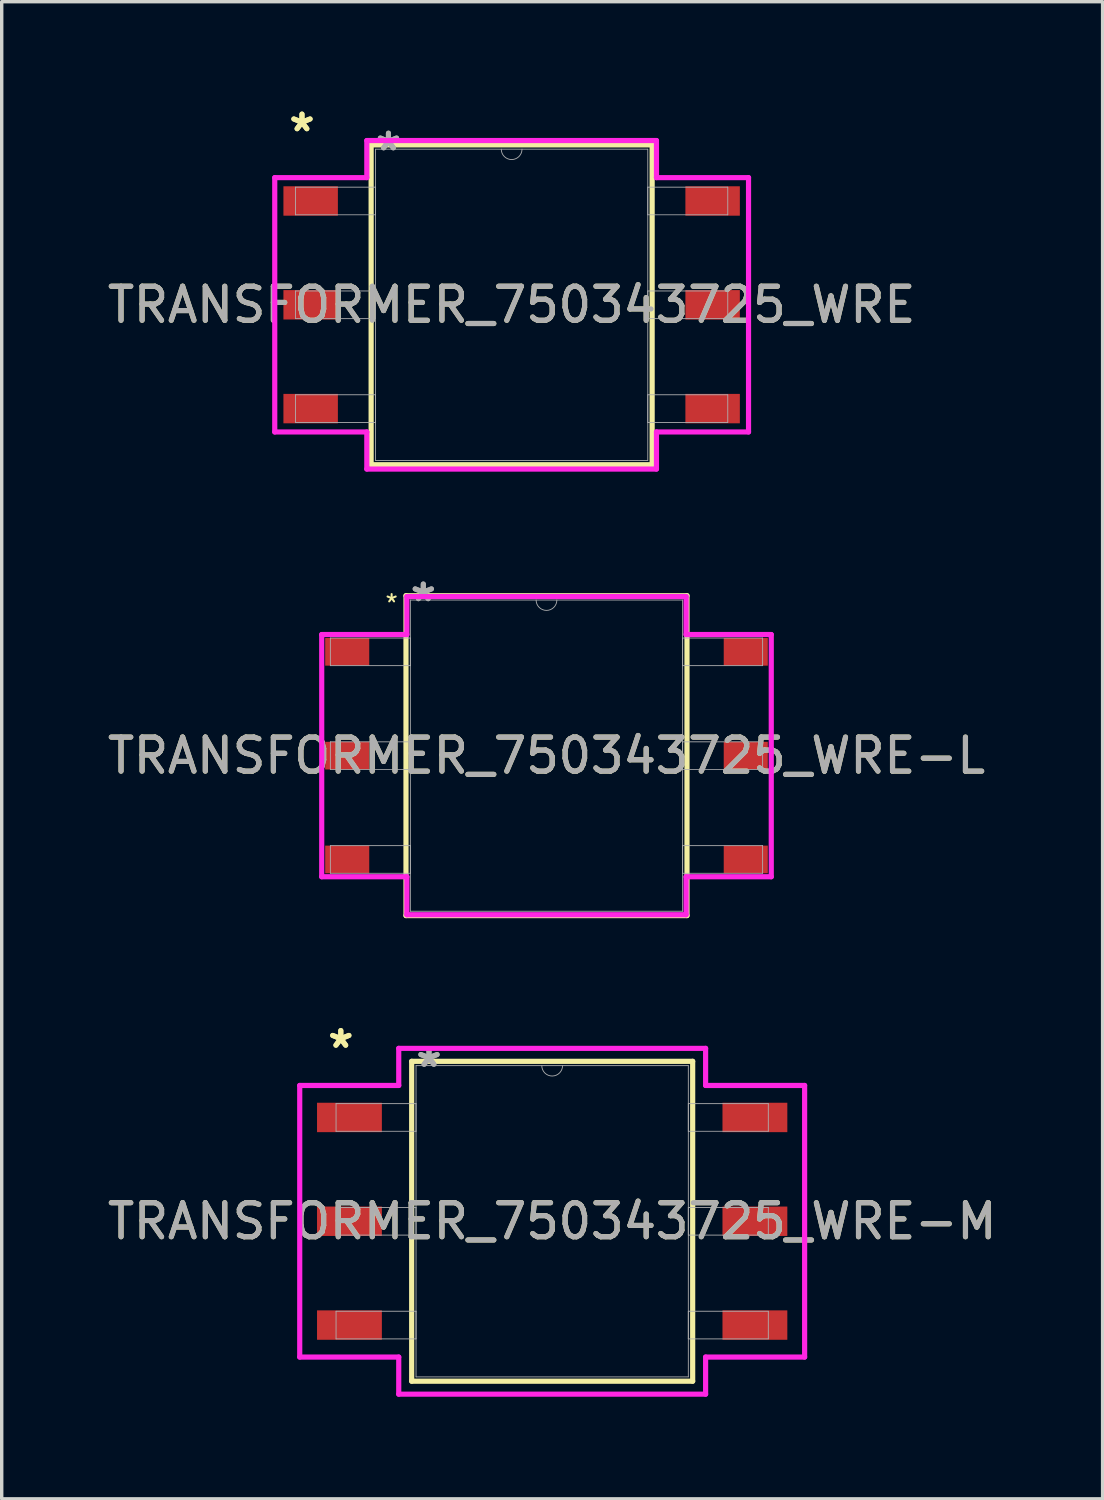
<source format=kicad_pcb>
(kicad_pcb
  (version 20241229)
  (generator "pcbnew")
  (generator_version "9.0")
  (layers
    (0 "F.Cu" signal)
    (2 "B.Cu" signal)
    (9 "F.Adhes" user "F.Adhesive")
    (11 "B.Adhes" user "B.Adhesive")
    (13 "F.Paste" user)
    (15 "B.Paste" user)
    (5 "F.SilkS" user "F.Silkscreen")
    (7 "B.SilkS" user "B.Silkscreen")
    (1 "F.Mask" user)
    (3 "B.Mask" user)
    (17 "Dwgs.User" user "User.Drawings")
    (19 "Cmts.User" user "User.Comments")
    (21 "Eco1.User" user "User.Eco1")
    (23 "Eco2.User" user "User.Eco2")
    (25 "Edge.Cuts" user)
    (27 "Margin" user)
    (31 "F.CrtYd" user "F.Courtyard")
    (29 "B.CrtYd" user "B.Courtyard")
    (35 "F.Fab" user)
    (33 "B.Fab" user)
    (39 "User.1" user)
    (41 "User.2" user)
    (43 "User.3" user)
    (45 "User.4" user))
  (footprint "TRANSFORMER_750343725_WRE"
    (layer "F.Cu")
    (at 11.982 5.905)
    (property "Reference" "TRANSFORMER_750343725_WRE" (at 0 0 0) (unlocked yes) (layer "F.SilkS") (effects (font (size 1 1) (thickness 0.15))))
    (attr smd)
    (fp_line (start -4.128 -4.699) (end -4.128 4.699) (stroke (width 0.152) (type solid)) (layer "F.SilkS"))
    (fp_line (start -4.128 4.699) (end 4.128 4.699) (stroke (width 0.152) (type solid)) (layer "F.SilkS"))
    (fp_line (start 4.128 -4.699) (end -4.128 -4.699) (stroke (width 0.152) (type solid)) (layer "F.SilkS"))
    (fp_line (start 4.128 4.699) (end 4.128 -4.699) (stroke (width 0.152) (type solid)) (layer "F.SilkS"))
    (fp_line (start -6.96 -3.736) (end -4.255 -3.736) (stroke (width 0.152) (type solid)) (layer "F.CrtYd"))
    (fp_line (start -6.96 3.736) (end -6.96 -3.736) (stroke (width 0.152) (type solid)) (layer "F.CrtYd"))
    (fp_line (start -6.96 3.736) (end -4.255 3.736) (stroke (width 0.152) (type solid)) (layer "F.CrtYd"))
    (fp_line (start -4.255 -4.826) (end 4.255 -4.826) (stroke (width 0.152) (type solid)) (layer "F.CrtYd"))
    (fp_line (start -4.255 -3.736) (end -4.255 -4.826) (stroke (width 0.152) (type solid)) (layer "F.CrtYd"))
    (fp_line (start -4.255 4.826) (end -4.255 3.736) (stroke (width 0.152) (type solid)) (layer "F.CrtYd"))
    (fp_line (start 4.255 -4.826) (end 4.255 -3.736) (stroke (width 0.152) (type solid)) (layer "F.CrtYd"))
    (fp_line (start 4.255 3.736) (end 4.255 4.826) (stroke (width 0.152) (type solid)) (layer "F.CrtYd"))
    (fp_line (start 4.255 4.826) (end -4.255 4.826) (stroke (width 0.152) (type solid)) (layer "F.CrtYd"))
    (fp_line (start 6.96 -3.736) (end 4.255 -3.736) (stroke (width 0.152) (type solid)) (layer "F.CrtYd"))
    (fp_line (start 6.96 -3.736) (end 6.96 3.736) (stroke (width 0.152) (type solid)) (layer "F.CrtYd"))
    (fp_line (start 6.96 3.736) (end 4.255 3.736) (stroke (width 0.152) (type solid)) (layer "F.CrtYd"))
    (fp_line (start -6.35 -3.456) (end -6.35 -2.644) (stroke (width 0.025) (type solid)) (layer "F.Fab"))
    (fp_line (start -6.35 -2.644) (end -4 -2.644) (stroke (width 0.025) (type solid)) (layer "F.Fab"))
    (fp_line (start -6.35 -0.406) (end -6.35 0.406) (stroke (width 0.025) (type solid)) (layer "F.Fab"))
    (fp_line (start -6.35 0.406) (end -4 0.406) (stroke (width 0.025) (type solid)) (layer "F.Fab"))
    (fp_line (start -6.35 2.644) (end -6.35 3.456) (stroke (width 0.025) (type solid)) (layer "F.Fab"))
    (fp_line (start -6.35 3.456) (end -4 3.456) (stroke (width 0.025) (type solid)) (layer "F.Fab"))
    (fp_line (start -4 -4.572) (end -4 4.572) (stroke (width 0.025) (type solid)) (layer "F.Fab"))
    (fp_line (start -4 -3.456) (end -6.35 -3.456) (stroke (width 0.025) (type solid)) (layer "F.Fab"))
    (fp_line (start -4 -2.644) (end -4 -3.456) (stroke (width 0.025) (type solid)) (layer "F.Fab"))
    (fp_line (start -4 -0.406) (end -6.35 -0.406) (stroke (width 0.025) (type solid)) (layer "F.Fab"))
    (fp_line (start -4 0.406) (end -4 -0.406) (stroke (width 0.025) (type solid)) (layer "F.Fab"))
    (fp_line (start -4 2.644) (end -6.35 2.644) (stroke (width 0.025) (type solid)) (layer "F.Fab"))
    (fp_line (start -4 3.456) (end -4 2.644) (stroke (width 0.025) (type solid)) (layer "F.Fab"))
    (fp_line (start -4 4.572) (end 4 4.572) (stroke (width 0.025) (type solid)) (layer "F.Fab"))
    (fp_line (start 4 -4.572) (end -4 -4.572) (stroke (width 0.025) (type solid)) (layer "F.Fab"))
    (fp_line (start 4 -3.456) (end 4 -2.644) (stroke (width 0.025) (type solid)) (layer "F.Fab"))
    (fp_line (start 4 -2.644) (end 6.35 -2.644) (stroke (width 0.025) (type solid)) (layer "F.Fab"))
    (fp_line (start 4 -0.406) (end 4 0.406) (stroke (width 0.025) (type solid)) (layer "F.Fab"))
    (fp_line (start 4 0.406) (end 6.35 0.406) (stroke (width 0.025) (type solid)) (layer "F.Fab"))
    (fp_line (start 4 2.644) (end 4 3.456) (stroke (width 0.025) (type solid)) (layer "F.Fab"))
    (fp_line (start 4 3.456) (end 6.35 3.456) (stroke (width 0.025) (type solid)) (layer "F.Fab"))
    (fp_line (start 4 4.572) (end 4 -4.572) (stroke (width 0.025) (type solid)) (layer "F.Fab"))
    (fp_line (start 6.35 -3.456) (end 4 -3.456) (stroke (width 0.025) (type solid)) (layer "F.Fab"))
    (fp_line (start 6.35 -2.644) (end 6.35 -3.456) (stroke (width 0.025) (type solid)) (layer "F.Fab"))
    (fp_line (start 6.35 -0.406) (end 4 -0.406) (stroke (width 0.025) (type solid)) (layer "F.Fab"))
    (fp_line (start 6.35 0.406) (end 6.35 -0.406) (stroke (width 0.025) (type solid)) (layer "F.Fab"))
    (fp_line (start 6.35 2.644) (end 4 2.644) (stroke (width 0.025) (type solid)) (layer "F.Fab"))
    (fp_line (start 6.35 3.456) (end 6.35 2.644) (stroke (width 0.025) (type solid)) (layer "F.Fab"))
    (fp_arc (start 0.3048 -4.572) (mid 0 -4.2672) (end -0.3048 -4.572) (stroke (width 0.0254) (type solid)) (layer "F.Fab"))
    (fp_text user "*" (at -6.16 -5.057 0) (layer "F.SilkS") (effects (font (size 1 1) (thickness 0.15))))
    (fp_text user "*" (at -6.16 -5.057 0) (unlocked yes) (layer "F.SilkS") (effects (font (size 1 1) (thickness 0.15))))
    (fp_text user "*" (at -3.619 -4.496 0) (unlocked yes) (layer "F.Fab") (effects (font (size 1 1) (thickness 0.15))))
    (fp_text user "*" (at -3.619 -4.496 0) (layer "F.Fab") (effects (font (size 1 1) (thickness 0.15))))
    (fp_text user "${REFERENCE}" (at 0 0 0) (unlocked yes) (layer "F.Fab") (effects (font (size 1 1) (thickness 0.15))))
    (pad "1" smd rect (at -5.905 -3.05) (size 1.6 0.864) (layers "F.Cu" "F.Mask" "F.Paste"))
    (pad "2" smd rect (at -5.905 0) (size 1.6 0.864) (layers "F.Cu" "F.Mask" "F.Paste"))
    (pad "3" smd rect (at -5.905 3.05) (size 1.6 0.864) (layers "F.Cu" "F.Mask" "F.Paste"))
    (pad "4" smd rect (at 5.905 3.05) (size 1.6 0.864) (layers "F.Cu" "F.Mask" "F.Paste"))
    (pad "5" smd rect (at 5.905 0) (size 1.6 0.864) (layers "F.Cu" "F.Mask" "F.Paste"))
    (pad "6" smd rect (at 5.905 -3.05) (size 1.6 0.864) (layers "F.Cu" "F.Mask" "F.Paste")))
  (footprint "TRANSFORMER_750343725_WRE-L"
    (layer "F.Cu")
    (at 13.006 19.151)
    (property "Reference" "TRANSFORMER_750343725_WRE-L" (at 0 0 0) (unlocked yes) (layer "F.SilkS") (effects (font (size 1 1) (thickness 0.15))))
    (attr smd)
    (fp_line (start -4.128 -4.699) (end -4.128 4.699) (stroke (width 0.152) (type solid)) (layer "F.SilkS"))
    (fp_line (start -4.128 4.699) (end 4.128 4.699) (stroke (width 0.152) (type solid)) (layer "F.SilkS"))
    (fp_line (start 4.128 -4.699) (end -4.128 -4.699) (stroke (width 0.152) (type solid)) (layer "F.SilkS"))
    (fp_line (start 4.128 4.699) (end 4.128 -4.699) (stroke (width 0.152) (type solid)) (layer "F.SilkS"))
    (fp_line (start -6.604 -3.558) (end -4.102 -3.558) (stroke (width 0.152) (type solid)) (layer "F.CrtYd"))
    (fp_line (start -6.604 3.558) (end -6.604 -3.558) (stroke (width 0.152) (type solid)) (layer "F.CrtYd"))
    (fp_line (start -6.604 3.558) (end -4.102 3.558) (stroke (width 0.152) (type solid)) (layer "F.CrtYd"))
    (fp_line (start -4.102 -4.674) (end 4.102 -4.674) (stroke (width 0.152) (type solid)) (layer "F.CrtYd"))
    (fp_line (start -4.102 -3.558) (end -4.102 -4.674) (stroke (width 0.152) (type solid)) (layer "F.CrtYd"))
    (fp_line (start -4.102 4.674) (end -4.102 3.558) (stroke (width 0.152) (type solid)) (layer "F.CrtYd"))
    (fp_line (start 4.102 -4.674) (end 4.102 -3.558) (stroke (width 0.152) (type solid)) (layer "F.CrtYd"))
    (fp_line (start 4.102 3.558) (end 4.102 4.674) (stroke (width 0.152) (type solid)) (layer "F.CrtYd"))
    (fp_line (start 4.102 4.674) (end -4.102 4.674) (stroke (width 0.152) (type solid)) (layer "F.CrtYd"))
    (fp_line (start 6.604 -3.558) (end 4.102 -3.558) (stroke (width 0.152) (type solid)) (layer "F.CrtYd"))
    (fp_line (start 6.604 -3.558) (end 6.604 3.558) (stroke (width 0.152) (type solid)) (layer "F.CrtYd"))
    (fp_line (start 6.604 3.558) (end 4.102 3.558) (stroke (width 0.152) (type solid)) (layer "F.CrtYd"))
    (fp_line (start -6.35 -3.456) (end -6.35 -2.644) (stroke (width 0.025) (type solid)) (layer "F.Fab"))
    (fp_line (start -6.35 -2.644) (end -4 -2.644) (stroke (width 0.025) (type solid)) (layer "F.Fab"))
    (fp_line (start -6.35 -0.406) (end -6.35 0.406) (stroke (width 0.025) (type solid)) (layer "F.Fab"))
    (fp_line (start -6.35 0.406) (end -4 0.406) (stroke (width 0.025) (type solid)) (layer "F.Fab"))
    (fp_line (start -6.35 2.644) (end -6.35 3.456) (stroke (width 0.025) (type solid)) (layer "F.Fab"))
    (fp_line (start -6.35 3.456) (end -4 3.456) (stroke (width 0.025) (type solid)) (layer "F.Fab"))
    (fp_line (start -4 -4.572) (end -4 4.572) (stroke (width 0.025) (type solid)) (layer "F.Fab"))
    (fp_line (start -4 -3.456) (end -6.35 -3.456) (stroke (width 0.025) (type solid)) (layer "F.Fab"))
    (fp_line (start -4 -2.644) (end -4 -3.456) (stroke (width 0.025) (type solid)) (layer "F.Fab"))
    (fp_line (start -4 -0.406) (end -6.35 -0.406) (stroke (width 0.025) (type solid)) (layer "F.Fab"))
    (fp_line (start -4 0.406) (end -4 -0.406) (stroke (width 0.025) (type solid)) (layer "F.Fab"))
    (fp_line (start -4 2.644) (end -6.35 2.644) (stroke (width 0.025) (type solid)) (layer "F.Fab"))
    (fp_line (start -4 3.456) (end -4 2.644) (stroke (width 0.025) (type solid)) (layer "F.Fab"))
    (fp_line (start -4 4.572) (end 4 4.572) (stroke (width 0.025) (type solid)) (layer "F.Fab"))
    (fp_line (start 4 -4.572) (end -4 -4.572) (stroke (width 0.025) (type solid)) (layer "F.Fab"))
    (fp_line (start 4 -3.456) (end 4 -2.644) (stroke (width 0.025) (type solid)) (layer "F.Fab"))
    (fp_line (start 4 -2.644) (end 6.35 -2.644) (stroke (width 0.025) (type solid)) (layer "F.Fab"))
    (fp_line (start 4 -0.406) (end 4 0.406) (stroke (width 0.025) (type solid)) (layer "F.Fab"))
    (fp_line (start 4 0.406) (end 6.35 0.406) (stroke (width 0.025) (type solid)) (layer "F.Fab"))
    (fp_line (start 4 2.644) (end 4 3.456) (stroke (width 0.025) (type solid)) (layer "F.Fab"))
    (fp_line (start 4 3.456) (end 6.35 3.456) (stroke (width 0.025) (type solid)) (layer "F.Fab"))
    (fp_line (start 4 4.572) (end 4 -4.572) (stroke (width 0.025) (type solid)) (layer "F.Fab"))
    (fp_line (start 6.35 -3.456) (end 4 -3.456) (stroke (width 0.025) (type solid)) (layer "F.Fab"))
    (fp_line (start 6.35 -2.644) (end 6.35 -3.456) (stroke (width 0.025) (type solid)) (layer "F.Fab"))
    (fp_line (start 6.35 -0.406) (end 4 -0.406) (stroke (width 0.025) (type solid)) (layer "F.Fab"))
    (fp_line (start 6.35 0.406) (end 6.35 -0.406) (stroke (width 0.025) (type solid)) (layer "F.Fab"))
    (fp_line (start 6.35 2.644) (end 4 2.644) (stroke (width 0.025) (type solid)) (layer "F.Fab"))
    (fp_line (start 6.35 3.456) (end 6.35 2.644) (stroke (width 0.025) (type solid)) (layer "F.Fab"))
    (fp_arc (start 0.3048 -4.572) (mid 0 -4.2672) (end -0.3048 -4.572) (stroke (width 0.0254) (type solid)) (layer "F.Fab"))
    (fp_text user "*" (at -4.55 -4.475 0) (layer "F.SilkS") (effects (font (size 0.5 0.5) (thickness 0.06))))
    (fp_text user "${REFERENCE}" (at 0 0 0) (unlocked yes) (layer "F.Fab") (effects (font (size 1 1) (thickness 0.15))))
    (fp_text user "*" (at -3.619 -4.496 0) (layer "F.Fab") (effects (font (size 1 1) (thickness 0.15))))
    (fp_text user "*" (at -3.619 -4.496 0) (unlocked yes) (layer "F.Fab") (effects (font (size 1 1) (thickness 0.15))))
    (pad "1" smd rect (at -5.855 -3.05) (size 1.295 0.813) (layers "F.Cu" "F.Mask" "F.Paste"))
    (pad "2" smd rect (at -5.855 0) (size 1.295 0.813) (layers "F.Cu" "F.Mask" "F.Paste"))
    (pad "3" smd rect (at -5.855 3.05) (size 1.295 0.813) (layers "F.Cu" "F.Mask" "F.Paste"))
    (pad "4" smd rect (at 5.855 3.05) (size 1.295 0.813) (layers "F.Cu" "F.Mask" "F.Paste"))
    (pad "5" smd rect (at 5.855 0) (size 1.295 0.813) (layers "F.Cu" "F.Mask" "F.Paste"))
    (pad "6" smd rect (at 5.855 -3.05) (size 1.295 0.813) (layers "F.Cu" "F.Mask" "F.Paste")))
  (footprint "TRANSFORMER_750343725_WRE-M"
    (layer "F.Cu")
    (at 13.173 32.831)
    (property "Reference" "TRANSFORMER_750343725_WRE-M" (at 0 0 0) (unlocked yes) (layer "F.SilkS") (effects (font (size 1 1) (thickness 0.15))))
    (attr smd)
    (fp_line (start -4.128 -4.699) (end -4.128 4.699) (stroke (width 0.152) (type solid)) (layer "F.SilkS"))
    (fp_line (start -4.128 4.699) (end 4.128 4.699) (stroke (width 0.152) (type solid)) (layer "F.SilkS"))
    (fp_line (start 4.128 -4.699) (end -4.128 -4.699) (stroke (width 0.152) (type solid)) (layer "F.SilkS"))
    (fp_line (start 4.128 4.699) (end 4.128 -4.699) (stroke (width 0.152) (type solid)) (layer "F.SilkS"))
    (fp_line (start -7.417 -3.99) (end -4.508 -3.99) (stroke (width 0.152) (type solid)) (layer "F.CrtYd"))
    (fp_line (start -7.417 3.99) (end -7.417 -3.99) (stroke (width 0.152) (type solid)) (layer "F.CrtYd"))
    (fp_line (start -7.417 3.99) (end -4.508 3.99) (stroke (width 0.152) (type solid)) (layer "F.CrtYd"))
    (fp_line (start -4.508 -5.08) (end 4.508 -5.08) (stroke (width 0.152) (type solid)) (layer "F.CrtYd"))
    (fp_line (start -4.508 -3.99) (end -4.508 -5.08) (stroke (width 0.152) (type solid)) (layer "F.CrtYd"))
    (fp_line (start -4.508 5.08) (end -4.508 3.99) (stroke (width 0.152) (type solid)) (layer "F.CrtYd"))
    (fp_line (start 4.508 -5.08) (end 4.508 -3.99) (stroke (width 0.152) (type solid)) (layer "F.CrtYd"))
    (fp_line (start 4.508 3.99) (end 4.508 5.08) (stroke (width 0.152) (type solid)) (layer "F.CrtYd"))
    (fp_line (start 4.508 5.08) (end -4.508 5.08) (stroke (width 0.152) (type solid)) (layer "F.CrtYd"))
    (fp_line (start 7.417 -3.99) (end 4.508 -3.99) (stroke (width 0.152) (type solid)) (layer "F.CrtYd"))
    (fp_line (start 7.417 -3.99) (end 7.417 3.99) (stroke (width 0.152) (type solid)) (layer "F.CrtYd"))
    (fp_line (start 7.417 3.99) (end 4.508 3.99) (stroke (width 0.152) (type solid)) (layer "F.CrtYd"))
    (fp_line (start -6.35 -3.456) (end -6.35 -2.644) (stroke (width 0.025) (type solid)) (layer "F.Fab"))
    (fp_line (start -6.35 -2.644) (end -4 -2.644) (stroke (width 0.025) (type solid)) (layer "F.Fab"))
    (fp_line (start -6.35 -0.406) (end -6.35 0.406) (stroke (width 0.025) (type solid)) (layer "F.Fab"))
    (fp_line (start -6.35 0.406) (end -4 0.406) (stroke (width 0.025) (type solid)) (layer "F.Fab"))
    (fp_line (start -6.35 2.644) (end -6.35 3.456) (stroke (width 0.025) (type solid)) (layer "F.Fab"))
    (fp_line (start -6.35 3.456) (end -4 3.456) (stroke (width 0.025) (type solid)) (layer "F.Fab"))
    (fp_line (start -4 -4.572) (end -4 4.572) (stroke (width 0.025) (type solid)) (layer "F.Fab"))
    (fp_line (start -4 -3.456) (end -6.35 -3.456) (stroke (width 0.025) (type solid)) (layer "F.Fab"))
    (fp_line (start -4 -2.644) (end -4 -3.456) (stroke (width 0.025) (type solid)) (layer "F.Fab"))
    (fp_line (start -4 -0.406) (end -6.35 -0.406) (stroke (width 0.025) (type solid)) (layer "F.Fab"))
    (fp_line (start -4 0.406) (end -4 -0.406) (stroke (width 0.025) (type solid)) (layer "F.Fab"))
    (fp_line (start -4 2.644) (end -6.35 2.644) (stroke (width 0.025) (type solid)) (layer "F.Fab"))
    (fp_line (start -4 3.456) (end -4 2.644) (stroke (width 0.025) (type solid)) (layer "F.Fab"))
    (fp_line (start -4 4.572) (end 4 4.572) (stroke (width 0.025) (type solid)) (layer "F.Fab"))
    (fp_line (start 4 -4.572) (end -4 -4.572) (stroke (width 0.025) (type solid)) (layer "F.Fab"))
    (fp_line (start 4 -3.456) (end 4 -2.644) (stroke (width 0.025) (type solid)) (layer "F.Fab"))
    (fp_line (start 4 -2.644) (end 6.35 -2.644) (stroke (width 0.025) (type solid)) (layer "F.Fab"))
    (fp_line (start 4 -0.406) (end 4 0.406) (stroke (width 0.025) (type solid)) (layer "F.Fab"))
    (fp_line (start 4 0.406) (end 6.35 0.406) (stroke (width 0.025) (type solid)) (layer "F.Fab"))
    (fp_line (start 4 2.644) (end 4 3.456) (stroke (width 0.025) (type solid)) (layer "F.Fab"))
    (fp_line (start 4 3.456) (end 6.35 3.456) (stroke (width 0.025) (type solid)) (layer "F.Fab"))
    (fp_line (start 4 4.572) (end 4 -4.572) (stroke (width 0.025) (type solid)) (layer "F.Fab"))
    (fp_line (start 6.35 -3.456) (end 4 -3.456) (stroke (width 0.025) (type solid)) (layer "F.Fab"))
    (fp_line (start 6.35 -2.644) (end 6.35 -3.456) (stroke (width 0.025) (type solid)) (layer "F.Fab"))
    (fp_line (start 6.35 -0.406) (end 4 -0.406) (stroke (width 0.025) (type solid)) (layer "F.Fab"))
    (fp_line (start 6.35 0.406) (end 6.35 -0.406) (stroke (width 0.025) (type solid)) (layer "F.Fab"))
    (fp_line (start 6.35 2.644) (end 4 2.644) (stroke (width 0.025) (type solid)) (layer "F.Fab"))
    (fp_line (start 6.35 3.456) (end 6.35 2.644) (stroke (width 0.025) (type solid)) (layer "F.Fab"))
    (fp_arc (start 0.3048 -4.572) (mid 0 -4.2672) (end -0.3048 -4.572) (stroke (width 0.0254) (type solid)) (layer "F.Fab"))
    (fp_text user "*" (at -6.21 -5.057 0) (unlocked yes) (layer "F.SilkS") (effects (font (size 1 1) (thickness 0.15))))
    (fp_text user "*" (at -6.21 -5.057 0) (layer "F.SilkS") (effects (font (size 1 1) (thickness 0.15))))
    (fp_text user "${REFERENCE}" (at 0 0 0) (unlocked yes) (layer "F.Fab") (effects (font (size 1 1) (thickness 0.15))))
    (fp_text user "*" (at -3.619 -4.496 0) (unlocked yes) (layer "F.Fab") (effects (font (size 1 1) (thickness 0.15))))
    (fp_text user "*" (at -3.619 -4.496 0) (layer "F.Fab") (effects (font (size 1 1) (thickness 0.15))))
    (pad "1" smd rect (at -5.956 -3.05) (size 1.905 0.864) (layers "F.Cu" "F.Mask" "F.Paste"))
    (pad "2" smd rect (at -5.956 0) (size 1.905 0.864) (layers "F.Cu" "F.Mask" "F.Paste"))
    (pad "3" smd rect (at -5.956 3.05) (size 1.905 0.864) (layers "F.Cu" "F.Mask" "F.Paste"))
    (pad "4" smd rect (at 5.956 3.05) (size 1.905 0.864) (layers "F.Cu" "F.Mask" "F.Paste"))
    (pad "5" smd rect (at 5.956 0) (size 1.905 0.864) (layers "F.Cu" "F.Mask" "F.Paste"))
    (pad "6" smd rect (at 5.956 -3.05) (size 1.905 0.864) (layers "F.Cu" "F.Mask" "F.Paste")))
  (gr_rect
    (start -3 -3)
    (end 29.345 40.987)
    (stroke (width 0.1) (type default))
    (fill no)
    (layer "Edge.Cuts")))
</source>
